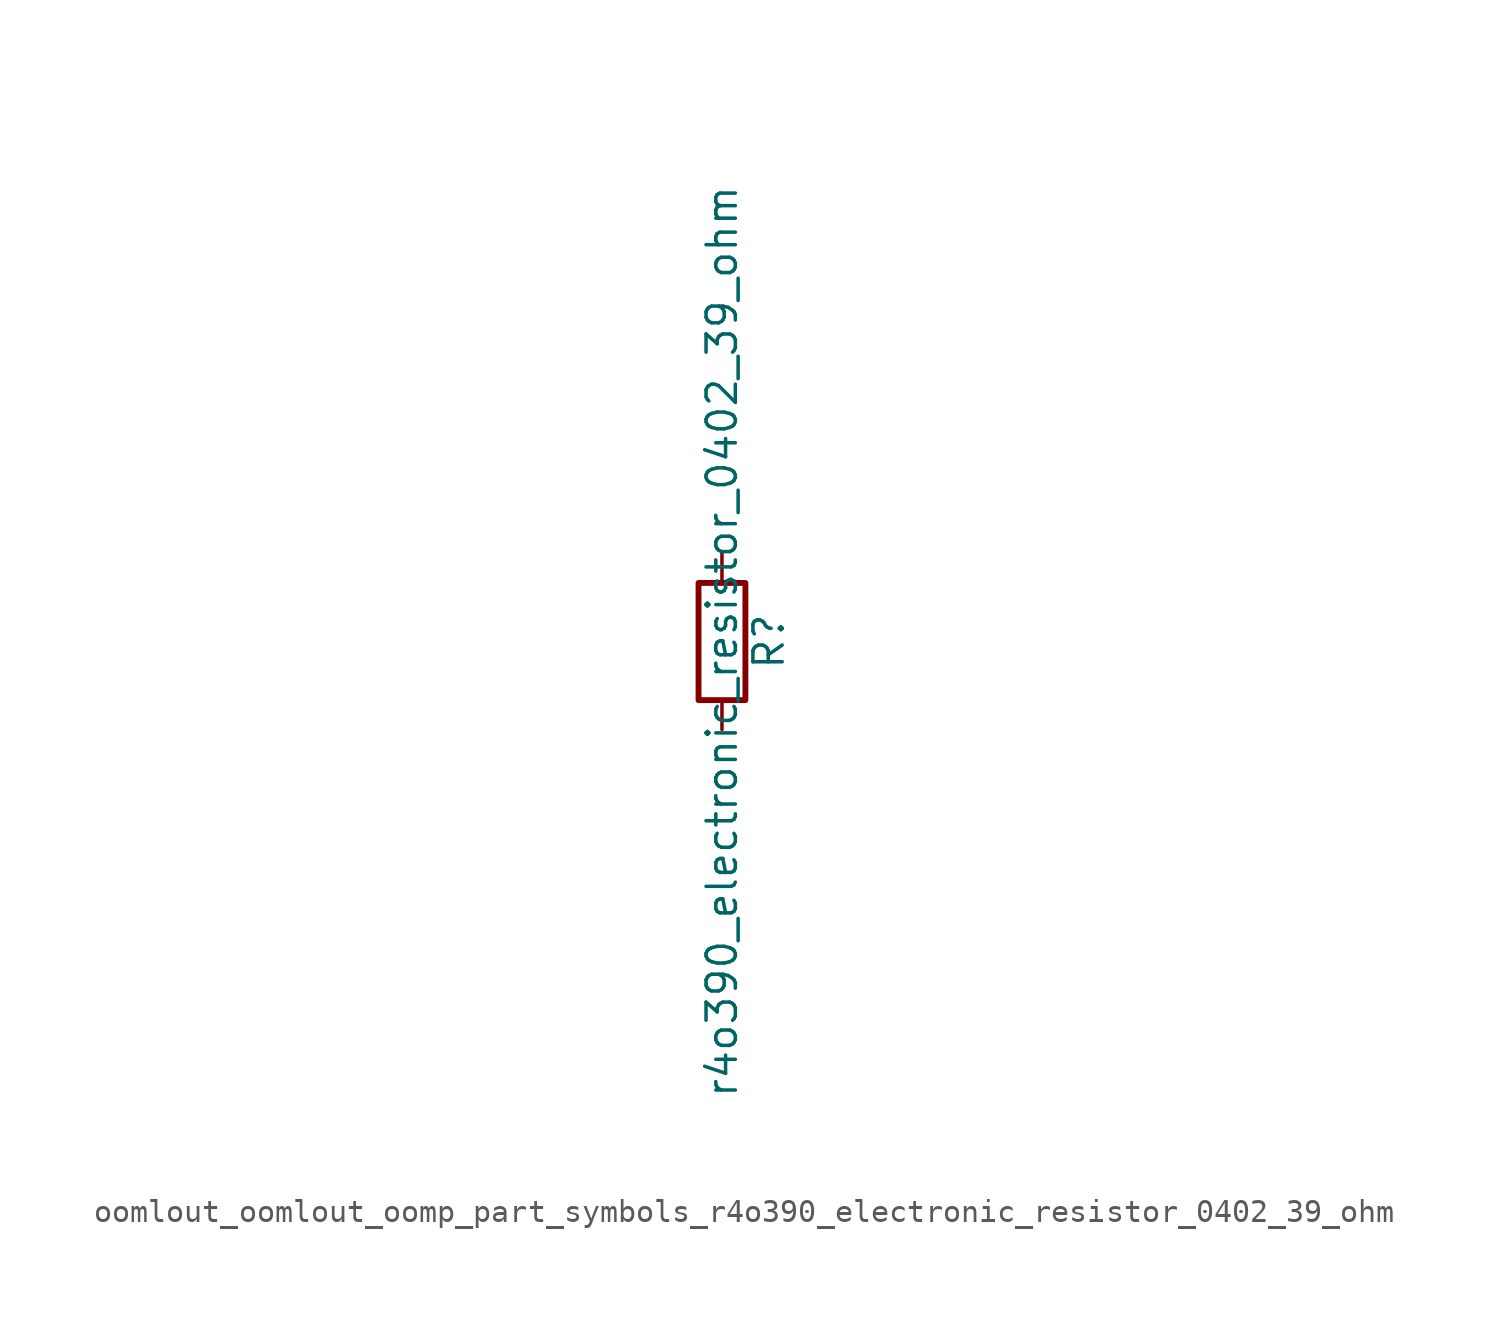
<source format=kicad_sym>
(kicad_symbol_lib
  (version 20220914)
  (generator kicad_symbol_editor)
  (symbol "oomlout_oomlout_oomp_part_symbols_r4o390_electronic_resistor_0402_39_ohm"
    (pin_numbers hide)
    (pin_names
      (offset 0))
    (property "Reference" "R"
      (at 2.032 0 90)
      (effects (font (size 1.27 1.27))))
    (property "Value" "r4o390_electronic_resistor_0402_39_ohm"
      (at 0 0 90)
      (effects (font (size 1.27 1.27))))
    (symbol "oomlout_oomlout_oomp_part_symbols_r4o390_electronic_resistor_0402_39_ohm_0_1"
      (rectangle (start -1.016 -2.54) (end 1.016 2.54) (stroke (width 0.254) (type default)) (fill (type none))))
    (symbol "oomlout_oomlout_oomp_part_symbols_r4o390_electronic_resistor_0402_39_ohm_1_1"
      (pin passive line (at 0 3.81 270) (length 1.27) (name "~" (effects (font (size 1.27 1.27)))) (number "1" (effects (font (size 1.27 1.27)))))
      (pin passive line (at 0 -3.81 90) (length 1.27) (name "~" (effects (font (size 1.27 1.27)))) (number "2" (effects (font (size 1.27 1.27))))))))
</source>
